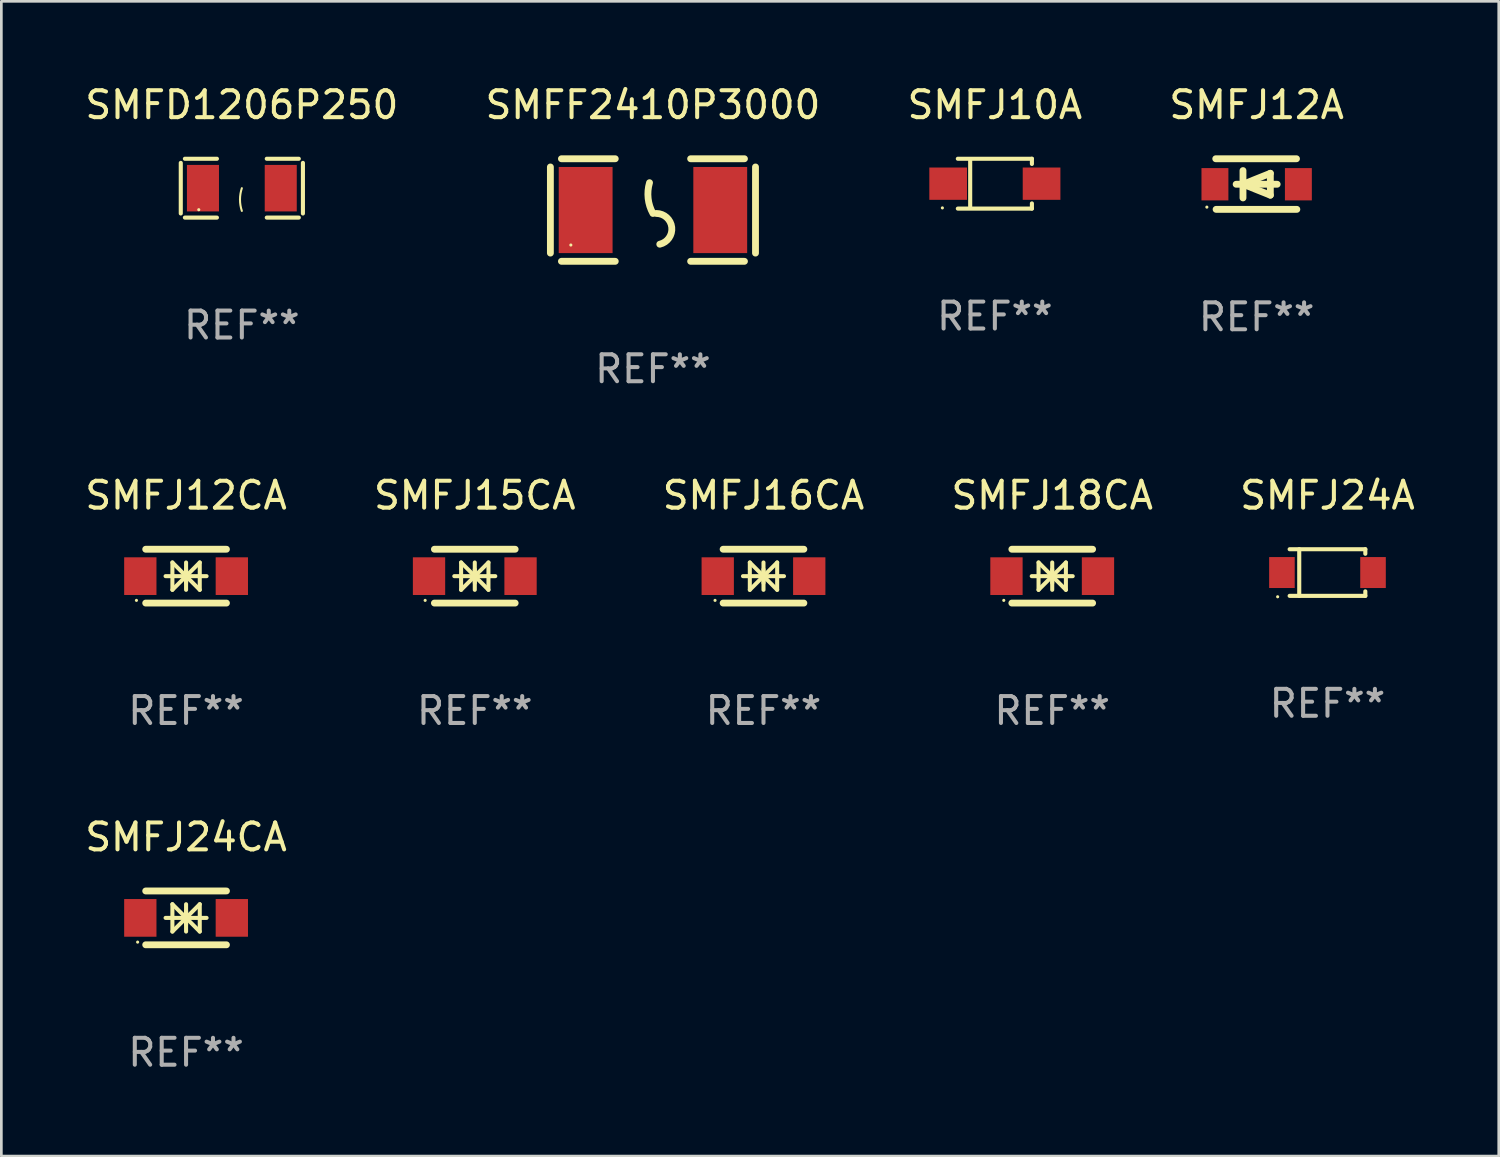
<source format=kicad_pcb>
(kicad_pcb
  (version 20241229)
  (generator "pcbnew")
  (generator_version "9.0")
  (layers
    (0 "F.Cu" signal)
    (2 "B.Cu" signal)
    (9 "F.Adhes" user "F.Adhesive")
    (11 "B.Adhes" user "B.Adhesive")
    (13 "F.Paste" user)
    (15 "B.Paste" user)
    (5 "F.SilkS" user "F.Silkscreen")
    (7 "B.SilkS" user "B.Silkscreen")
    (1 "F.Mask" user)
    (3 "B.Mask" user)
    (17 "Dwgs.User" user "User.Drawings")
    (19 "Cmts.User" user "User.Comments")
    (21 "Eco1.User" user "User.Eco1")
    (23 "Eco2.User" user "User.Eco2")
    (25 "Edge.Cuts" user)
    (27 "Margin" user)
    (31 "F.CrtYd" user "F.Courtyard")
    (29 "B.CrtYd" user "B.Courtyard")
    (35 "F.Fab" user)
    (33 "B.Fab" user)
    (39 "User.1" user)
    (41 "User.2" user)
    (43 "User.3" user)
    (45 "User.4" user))
  (footprint "SMFJ24A"
    (layer "F.Cu")
    (at 46.268 18.221)
    (property "Reference" "SMFJ24A" (at 0 -2.866 0) (layer "F.SilkS") (effects (font (size 1 1) (thickness 0.15))))
    (attr through_hole)
    (fp_line (start -1.406 -0.866) (end 1.406 -0.866) (stroke (width 0.152) (type solid)) (layer "F.SilkS"))
    (fp_line (start -1.406 0.866) (end 1.406 0.866) (stroke (width 0.152) (type solid)) (layer "F.SilkS"))
    (fp_line (start -1.049 -0.866) (end -1.049 0.866) (stroke (width 0.152) (type solid)) (layer "F.SilkS"))
    (fp_line (start 1.406 -0.866) (end 1.406 -0.698) (stroke (width 0.152) (type solid)) (layer "F.SilkS"))
    (fp_line (start 1.406 0.866) (end 1.406 0.698) (stroke (width 0.152) (type solid)) (layer "F.SilkS"))
    (fp_circle (center -1.851 0.9) (end -1.821 0.9) (stroke (width 0.06) (type solid)) (fill no) (layer "F.SilkS"))
    (fp_text user "REF**" (at 0 4.866 0) (layer "F.Fab") (effects (font (size 1 1) (thickness 0.15))))
    (pad "1" smd rect (at -1.692 0) (size 0.95 1.15) (layers "F.Cu" "F.Mask" "F.Paste"))
    (pad "2" smd rect (at 1.692 0) (size 0.95 1.15) (layers "F.Cu" "F.Mask" "F.Paste")))
  (footprint "SMFJ12CA"
    (layer "F.Cu")
    (at 3.863 18.355)
    (property "Reference" "SMFJ12CA" (at 0 -3 0) (layer "F.SilkS") (effects (font (size 1 1) (thickness 0.15))))
    (attr through_hole)
    (fp_line (start -1.5 -1) (end 1.5 -1) (stroke (width 0.254) (type solid)) (layer "F.SilkS"))
    (fp_line (start -1.5 1) (end 1.5 1) (stroke (width 0.254) (type solid)) (layer "F.SilkS"))
    (fp_line (start -0.762 0) (end 0.762 0) (stroke (width 0.15) (type solid)) (layer "F.SilkS"))
    (fp_line (start -0.508 -0.508) (end -0.508 0.508) (stroke (width 0.15) (type solid)) (layer "F.SilkS"))
    (fp_line (start 0 -0.508) (end 0 0.508) (stroke (width 0.15) (type solid)) (layer "F.SilkS"))
    (fp_line (start 0 0) (end -0.508 -0.508) (stroke (width 0.15) (type solid)) (layer "F.SilkS"))
    (fp_line (start 0 0) (end -0.508 0.508) (stroke (width 0.15) (type solid)) (layer "F.SilkS"))
    (fp_line (start 0 0) (end 0.508 -0.508) (stroke (width 0.15) (type solid)) (layer "F.SilkS"))
    (fp_line (start 0 0) (end 0.508 0.508) (stroke (width 0.15) (type solid)) (layer "F.SilkS"))
    (fp_line (start 0 0.254) (end 0 -0.254) (stroke (width 0.15) (type solid)) (layer "F.SilkS"))
    (fp_line (start 0.508 0.508) (end 0.508 -0.508) (stroke (width 0.15) (type solid)) (layer "F.SilkS"))
    (fp_circle (center -1.844 0.9) (end -1.814 0.9) (stroke (width 0.06) (type solid)) (fill no) (layer "F.SilkS"))
    (fp_text user "REF**" (at 0 5 0) (layer "F.Fab") (effects (font (size 1 1) (thickness 0.15))))
    (pad "1" smd rect (at -1.7 0) (size 1.2 1.4) (layers "F.Cu" "F.Mask" "F.Paste"))
    (pad "2" smd rect (at 1.7 0) (size 1.2 1.4) (layers "F.Cu" "F.Mask" "F.Paste")))
  (footprint "SMFJ15CA"
    (layer "F.Cu")
    (at 14.589 18.355)
    (property "Reference" "SMFJ15CA" (at 0 -3 0) (layer "F.SilkS") (effects (font (size 1 1) (thickness 0.15))))
    (attr through_hole)
    (fp_line (start -1.5 -1) (end 1.5 -1) (stroke (width 0.254) (type solid)) (layer "F.SilkS"))
    (fp_line (start -1.5 1) (end 1.5 1) (stroke (width 0.254) (type solid)) (layer "F.SilkS"))
    (fp_line (start -0.762 0) (end 0.762 0) (stroke (width 0.15) (type solid)) (layer "F.SilkS"))
    (fp_line (start -0.508 -0.508) (end -0.508 0.508) (stroke (width 0.15) (type solid)) (layer "F.SilkS"))
    (fp_line (start 0 -0.508) (end 0 0.508) (stroke (width 0.15) (type solid)) (layer "F.SilkS"))
    (fp_line (start 0 0) (end -0.508 -0.508) (stroke (width 0.15) (type solid)) (layer "F.SilkS"))
    (fp_line (start 0 0) (end -0.508 0.508) (stroke (width 0.15) (type solid)) (layer "F.SilkS"))
    (fp_line (start 0 0) (end 0.508 -0.508) (stroke (width 0.15) (type solid)) (layer "F.SilkS"))
    (fp_line (start 0 0) (end 0.508 0.508) (stroke (width 0.15) (type solid)) (layer "F.SilkS"))
    (fp_line (start 0 0.254) (end 0 -0.254) (stroke (width 0.15) (type solid)) (layer "F.SilkS"))
    (fp_line (start 0.508 0.508) (end 0.508 -0.508) (stroke (width 0.15) (type solid)) (layer "F.SilkS"))
    (fp_circle (center -1.844 0.9) (end -1.814 0.9) (stroke (width 0.06) (type solid)) (fill no) (layer "F.SilkS"))
    (fp_text user "REF**" (at 0 5 0) (layer "F.Fab") (effects (font (size 1 1) (thickness 0.15))))
    (pad "1" smd rect (at -1.7 0) (size 1.2 1.4) (layers "F.Cu" "F.Mask" "F.Paste"))
    (pad "2" smd rect (at 1.7 0) (size 1.2 1.4) (layers "F.Cu" "F.Mask" "F.Paste")))
  (footprint "SMFD1206P250"
    (layer "F.Cu")
    (at 5.935 3.941)
    (property "Reference" "SMFD1206P250" (at 0 -3.093 0) (layer "F.SilkS") (effects (font (size 1 1) (thickness 0.15))))
    (attr through_hole)
    (fp_line (start -2.269 -0.94) (end -2.269 0.94) (stroke (width 0.152) (type solid)) (layer "F.SilkS"))
    (fp_line (start -2.116 1.093) (end -0.926 1.093) (stroke (width 0.152) (type solid)) (layer "F.SilkS"))
    (fp_line (start -0.926 -1.093) (end -2.116 -1.093) (stroke (width 0.152) (type solid)) (layer "F.SilkS"))
    (fp_line (start 0.926 -1.093) (end 2.116 -1.093) (stroke (width 0.152) (type solid)) (layer "F.SilkS"))
    (fp_line (start 2.116 1.093) (end 0.926 1.093) (stroke (width 0.152) (type solid)) (layer "F.SilkS"))
    (fp_line (start 2.269 -0.94) (end 2.269 0.94) (stroke (width 0.152) (type solid)) (layer "F.SilkS"))
    (fp_arc (start 0 0.844951) (mid -0.068559 0.422475) (end 0 0) (stroke (width 0.0762) (type solid)) (layer "F.SilkS"))
    (fp_circle (center -1.6 0.8) (end -1.57 0.8) (stroke (width 0.06) (type solid)) (fill no) (layer "F.SilkS"))
    (fp_text user "REF**" (at 0 5.093 0) (layer "F.Fab") (effects (font (size 1 1) (thickness 0.15))))
    (pad "1" smd rect (at -1.445 0) (size 1.19 1.728) (layers "F.Cu" "F.Mask" "F.Paste"))
    (pad "2" smd rect (at 1.445 0) (size 1.19 1.728) (layers "F.Cu" "F.Mask" "F.Paste")))
  (footprint "SMFF2410P3000"
    (layer "F.Cu")
    (at 21.208 4.753)
    (property "Reference" "SMFF2410P3000" (at 0 -3.905 0) (layer "F.SilkS") (effects (font (size 1 1) (thickness 0.15))))
    (attr through_hole)
    (fp_line (start -3.81 -1.6) (end -3.81 1.6) (stroke (width 0.254) (type solid)) (layer "F.SilkS"))
    (fp_line (start -3.4 -1.905) (end -1.4 -1.905) (stroke (width 0.254) (type solid)) (layer "F.SilkS"))
    (fp_line (start -3.4 1.905) (end -1.4 1.905) (stroke (width 0.254) (type solid)) (layer "F.SilkS"))
    (fp_line (start 1.4 -1.905) (end 3.4 -1.905) (stroke (width 0.254) (type solid)) (layer "F.SilkS"))
    (fp_line (start 1.4 1.905) (end 3.4 1.905) (stroke (width 0.254) (type solid)) (layer "F.SilkS"))
    (fp_line (start 3.81 -1.6) (end 3.81 1.6) (stroke (width 0.254) (type solid)) (layer "F.SilkS"))
    (fp_arc (start 0 0.127) (mid -0.178599 -0.431712) (end -0.127 -1.016002) (stroke (width 0.254001) (type solid)) (layer "F.SilkS"))
    (fp_arc (start 0.126999 0.127) (mid 0.698883 0.642014) (end 0.254001 1.270003) (stroke (width 0.254001) (type solid)) (layer "F.SilkS"))
    (fp_circle (center -3.05 1.3) (end -3.02 1.3) (stroke (width 0.06) (type solid)) (fill no) (layer "F.SilkS"))
    (fp_text user "REF**" (at 0 5.905 0) (layer "F.Fab") (effects (font (size 1 1) (thickness 0.15))))
    (pad "1" smd rect (at -2.5 0) (size 2 3.2) (layers "F.Cu" "F.Mask" "F.Paste"))
    (pad "2" smd rect (at 2.5 0) (size 2 3.2) (layers "F.Cu" "F.Mask" "F.Paste")))
  (footprint "SMFJ16CA"
    (layer "F.Cu")
    (at 25.315 18.355)
    (property "Reference" "SMFJ16CA" (at 0 -3 0) (layer "F.SilkS") (effects (font (size 1 1) (thickness 0.15))))
    (attr through_hole)
    (fp_line (start -1.5 -1) (end 1.5 -1) (stroke (width 0.254) (type solid)) (layer "F.SilkS"))
    (fp_line (start -1.5 1) (end 1.5 1) (stroke (width 0.254) (type solid)) (layer "F.SilkS"))
    (fp_line (start -0.762 0) (end 0.762 0) (stroke (width 0.15) (type solid)) (layer "F.SilkS"))
    (fp_line (start -0.508 -0.508) (end -0.508 0.508) (stroke (width 0.15) (type solid)) (layer "F.SilkS"))
    (fp_line (start 0 -0.508) (end 0 0.508) (stroke (width 0.15) (type solid)) (layer "F.SilkS"))
    (fp_line (start 0 0) (end -0.508 -0.508) (stroke (width 0.15) (type solid)) (layer "F.SilkS"))
    (fp_line (start 0 0) (end -0.508 0.508) (stroke (width 0.15) (type solid)) (layer "F.SilkS"))
    (fp_line (start 0 0) (end 0.508 -0.508) (stroke (width 0.15) (type solid)) (layer "F.SilkS"))
    (fp_line (start 0 0) (end 0.508 0.508) (stroke (width 0.15) (type solid)) (layer "F.SilkS"))
    (fp_line (start 0 0.254) (end 0 -0.254) (stroke (width 0.15) (type solid)) (layer "F.SilkS"))
    (fp_line (start 0.508 0.508) (end 0.508 -0.508) (stroke (width 0.15) (type solid)) (layer "F.SilkS"))
    (fp_circle (center -1.8 0.9) (end -1.77 0.9) (stroke (width 0.06) (type solid)) (fill no) (layer "F.SilkS"))
    (fp_text user "REF**" (at 0 5 0) (layer "F.Fab") (effects (font (size 1 1) (thickness 0.15))))
    (pad "1" smd rect (at -1.7 0) (size 1.2 1.4) (layers "F.Cu" "F.Mask" "F.Paste"))
    (pad "2" smd rect (at 1.7 0) (size 1.2 1.4) (layers "F.Cu" "F.Mask" "F.Paste")))
  (footprint "SMFJ10A"
    (layer "F.Cu")
    (at 33.911 3.774)
    (property "Reference" "SMFJ10A" (at 0 -2.926 0) (layer "F.SilkS") (effects (font (size 1 1) (thickness 0.15))))
    (attr through_hole)
    (fp_line (start -1.376 -0.926) (end 1.376 -0.926) (stroke (width 0.152) (type solid)) (layer "F.SilkS"))
    (fp_line (start -1.376 0.926) (end 1.376 0.926) (stroke (width 0.152) (type solid)) (layer "F.SilkS"))
    (fp_line (start -0.917 -0.876) (end -0.917 0.876) (stroke (width 0.152) (type solid)) (layer "F.SilkS"))
    (fp_line (start 1.376 -0.926) (end 1.376 -0.733) (stroke (width 0.152) (type solid)) (layer "F.SilkS"))
    (fp_line (start 1.376 0.926) (end 1.376 0.733) (stroke (width 0.152) (type solid)) (layer "F.SilkS"))
    (fp_circle (center -1.95 0.9) (end -1.92 0.9) (stroke (width 0.06) (type solid)) (fill no) (layer "F.SilkS"))
    (fp_text user "REF**" (at 0 4.926 0) (layer "F.Fab") (effects (font (size 1 1) (thickness 0.15))))
    (pad "1" smd rect (at -1.735 0) (size 1.4 1.2) (layers "F.Cu" "F.Mask" "F.Paste"))
    (pad "2" smd rect (at 1.735 0) (size 1.4 1.2) (layers "F.Cu" "F.Mask" "F.Paste")))
  (footprint "SMFJ12A"
    (layer "F.Cu")
    (at 43.637 3.788)
    (property "Reference" "SMFJ12A" (at 0 -2.94 0) (layer "F.SilkS") (effects (font (size 1 1) (thickness 0.15))))
    (attr through_hole)
    (fp_line (start -1.52 -0.94) (end 1.48 -0.94) (stroke (width 0.254) (type solid)) (layer "F.SilkS"))
    (fp_line (start -1.507 0.94) (end 1.493 0.94) (stroke (width 0.254) (type solid)) (layer "F.SilkS"))
    (fp_line (start -0.762 0.007) (end 0.762 0.007) (stroke (width 0.254) (type solid)) (layer "F.SilkS"))
    (fp_line (start -0.508 -0.501) (end -0.508 0.515) (stroke (width 0.254) (type solid)) (layer "F.SilkS"))
    (fp_line (start -0.508 0.007) (end 0.508 -0.4) (stroke (width 0.254) (type solid)) (layer "F.SilkS"))
    (fp_line (start 0.508 -0.4) (end 0.508 0.413) (stroke (width 0.254) (type solid)) (layer "F.SilkS"))
    (fp_line (start 0.508 0.413) (end -0.508 0.007) (stroke (width 0.254) (type solid)) (layer "F.SilkS"))
    (fp_circle (center -1.85 0.857) (end -1.82 0.857) (stroke (width 0.06) (type solid)) (fill no) (layer "F.SilkS"))
    (fp_text user "REF**" (at 0 4.94 0) (layer "F.Fab") (effects (font (size 1 1) (thickness 0.15))))
    (pad "1" smd rect (at -1.55 0.007) (size 1 1.2) (layers "F.Cu" "F.Mask" "F.Paste"))
    (pad "2" smd rect (at 1.55 0.007) (size 1 1.2) (layers "F.Cu" "F.Mask" "F.Paste")))
  (footprint "SMFJ24CA"
    (layer "F.Cu")
    (at 3.863 31.051)
    (property "Reference" "SMFJ24CA" (at 0 -3 0) (layer "F.SilkS") (effects (font (size 1 1) (thickness 0.15))))
    (attr through_hole)
    (fp_line (start -1.5 -1) (end 1.5 -1) (stroke (width 0.254) (type solid)) (layer "F.SilkS"))
    (fp_line (start -1.5 1) (end 1.5 1) (stroke (width 0.254) (type solid)) (layer "F.SilkS"))
    (fp_line (start -0.762 0) (end 0.762 0) (stroke (width 0.15) (type solid)) (layer "F.SilkS"))
    (fp_line (start -0.508 -0.508) (end -0.508 0.508) (stroke (width 0.15) (type solid)) (layer "F.SilkS"))
    (fp_line (start 0 -0.508) (end 0 0.508) (stroke (width 0.15) (type solid)) (layer "F.SilkS"))
    (fp_line (start 0 0) (end -0.508 -0.508) (stroke (width 0.15) (type solid)) (layer "F.SilkS"))
    (fp_line (start 0 0) (end -0.508 0.508) (stroke (width 0.15) (type solid)) (layer "F.SilkS"))
    (fp_line (start 0 0) (end 0.508 -0.508) (stroke (width 0.15) (type solid)) (layer "F.SilkS"))
    (fp_line (start 0 0) (end 0.508 0.508) (stroke (width 0.15) (type solid)) (layer "F.SilkS"))
    (fp_line (start 0 0.254) (end 0 -0.254) (stroke (width 0.15) (type solid)) (layer "F.SilkS"))
    (fp_line (start 0.508 0.508) (end 0.508 -0.508) (stroke (width 0.15) (type solid)) (layer "F.SilkS"))
    (fp_circle (center -1.8 0.9) (end -1.77 0.9) (stroke (width 0.06) (type solid)) (fill no) (layer "F.SilkS"))
    (fp_text user "REF**" (at 0 5 0) (layer "F.Fab") (effects (font (size 1 1) (thickness 0.15))))
    (pad "1" smd rect (at -1.7 0) (size 1.2 1.4) (layers "F.Cu" "F.Mask" "F.Paste"))
    (pad "2" smd rect (at 1.7 0) (size 1.2 1.4) (layers "F.Cu" "F.Mask" "F.Paste")))
  (footprint "SMFJ18CA"
    (layer "F.Cu")
    (at 36.042 18.355)
    (property "Reference" "SMFJ18CA" (at 0 -3 0) (layer "F.SilkS") (effects (font (size 1 1) (thickness 0.15))))
    (attr through_hole)
    (fp_line (start -1.5 -1) (end 1.5 -1) (stroke (width 0.254) (type solid)) (layer "F.SilkS"))
    (fp_line (start -1.5 1) (end 1.5 1) (stroke (width 0.254) (type solid)) (layer "F.SilkS"))
    (fp_line (start -0.762 0) (end 0.762 0) (stroke (width 0.15) (type solid)) (layer "F.SilkS"))
    (fp_line (start -0.508 -0.508) (end -0.508 0.508) (stroke (width 0.15) (type solid)) (layer "F.SilkS"))
    (fp_line (start 0 -0.508) (end 0 0.508) (stroke (width 0.15) (type solid)) (layer "F.SilkS"))
    (fp_line (start 0 0) (end -0.508 -0.508) (stroke (width 0.15) (type solid)) (layer "F.SilkS"))
    (fp_line (start 0 0) (end -0.508 0.508) (stroke (width 0.15) (type solid)) (layer "F.SilkS"))
    (fp_line (start 0 0) (end 0.508 -0.508) (stroke (width 0.15) (type solid)) (layer "F.SilkS"))
    (fp_line (start 0 0) (end 0.508 0.508) (stroke (width 0.15) (type solid)) (layer "F.SilkS"))
    (fp_line (start 0 0.254) (end 0 -0.254) (stroke (width 0.15) (type solid)) (layer "F.SilkS"))
    (fp_line (start 0.508 0.508) (end 0.508 -0.508) (stroke (width 0.15) (type solid)) (layer "F.SilkS"))
    (fp_circle (center -1.8 0.9) (end -1.77 0.9) (stroke (width 0.06) (type solid)) (fill no) (layer "F.SilkS"))
    (fp_text user "REF**" (at 0 5 0) (layer "F.Fab") (effects (font (size 1 1) (thickness 0.15))))
    (pad "1" smd rect (at -1.7 0) (size 1.2 1.4) (layers "F.Cu" "F.Mask" "F.Paste"))
    (pad "2" smd rect (at 1.7 0) (size 1.2 1.4) (layers "F.Cu" "F.Mask" "F.Paste")))
  (gr_rect
    (start -3 -3)
    (end 52.631 39.9)
    (stroke (width 0.1) (type default))
    (fill no)
    (layer "Edge.Cuts")))
</source>
